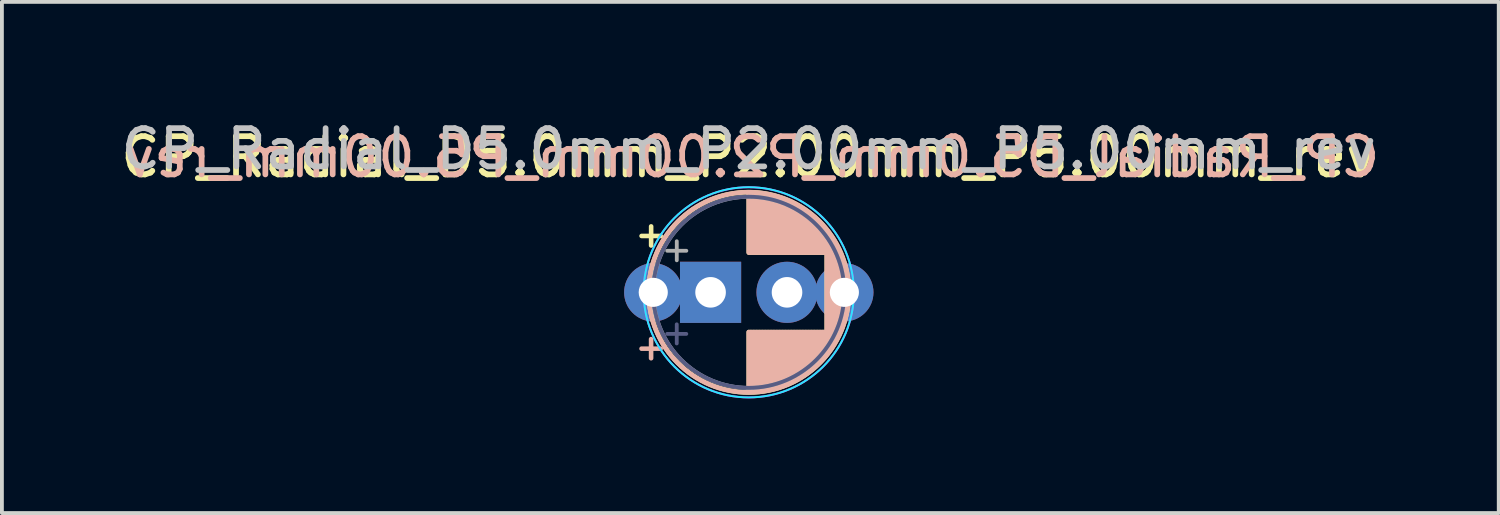
<source format=kicad_pcb>
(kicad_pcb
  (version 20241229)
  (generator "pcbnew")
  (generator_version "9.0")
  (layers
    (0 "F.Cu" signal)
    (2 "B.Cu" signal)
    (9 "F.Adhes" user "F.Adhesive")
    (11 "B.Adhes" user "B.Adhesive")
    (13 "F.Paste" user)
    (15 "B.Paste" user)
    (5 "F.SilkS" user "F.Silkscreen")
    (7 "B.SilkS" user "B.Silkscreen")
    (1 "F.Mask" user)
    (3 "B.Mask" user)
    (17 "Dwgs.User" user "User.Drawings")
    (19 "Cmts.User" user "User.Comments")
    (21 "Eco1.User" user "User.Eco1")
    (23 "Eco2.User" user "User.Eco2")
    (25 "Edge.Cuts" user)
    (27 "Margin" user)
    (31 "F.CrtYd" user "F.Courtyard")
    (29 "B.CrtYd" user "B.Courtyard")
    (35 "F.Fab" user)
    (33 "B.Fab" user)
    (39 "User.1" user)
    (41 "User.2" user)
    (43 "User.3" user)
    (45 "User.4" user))
  (footprint "CP_Radial_D5.0mm_P2.00mm_P5.00mm_rev"
    (layer "F.Cu")
    (at 15.54 4.598)
    (property "Reference" "CP_Radial_D5.0mm_P2.00mm_P5.00mm_rev" (at 1 -3.75 0) (layer "Dwgs.User") (effects (font (size 1 1) (thickness 0.15))))
    (attr through_hole)
    (fp_line (start -1.805 -1.475) (end -1.305 -1.475) (stroke (width 0.12) (type solid)) (layer "F.SilkS"))
    (fp_line (start -1.555 -1.725) (end -1.555 -1.225) (stroke (width 0.12) (type solid)) (layer "F.SilkS"))
    (fp_line (start 1 -2.58) (end 1 -1.04) (stroke (width 0.12) (type solid)) (layer "F.SilkS"))
    (fp_line (start 1 1.04) (end 1 2.58) (stroke (width 0.12) (type solid)) (layer "F.SilkS"))
    (fp_line (start 1.04 -2.58) (end 1.04 -1.04) (stroke (width 0.12) (type solid)) (layer "F.SilkS"))
    (fp_line (start 1.04 1.04) (end 1.04 2.58) (stroke (width 0.12) (type solid)) (layer "F.SilkS"))
    (fp_line (start 1.08 -2.579) (end 1.08 -1.04) (stroke (width 0.12) (type solid)) (layer "F.SilkS"))
    (fp_line (start 1.08 1.04) (end 1.08 2.579) (stroke (width 0.12) (type solid)) (layer "F.SilkS"))
    (fp_line (start 1.12 -2.578) (end 1.12 -1.04) (stroke (width 0.12) (type solid)) (layer "F.SilkS"))
    (fp_line (start 1.12 1.04) (end 1.12 2.578) (stroke (width 0.12) (type solid)) (layer "F.SilkS"))
    (fp_line (start 1.16 -2.576) (end 1.16 -1.04) (stroke (width 0.12) (type solid)) (layer "F.SilkS"))
    (fp_line (start 1.16 1.04) (end 1.16 2.576) (stroke (width 0.12) (type solid)) (layer "F.SilkS"))
    (fp_line (start 1.2 -2.573) (end 1.2 -1.04) (stroke (width 0.12) (type solid)) (layer "F.SilkS"))
    (fp_line (start 1.2 1.04) (end 1.2 2.573) (stroke (width 0.12) (type solid)) (layer "F.SilkS"))
    (fp_line (start 1.24 -2.569) (end 1.24 -1.04) (stroke (width 0.12) (type solid)) (layer "F.SilkS"))
    (fp_line (start 1.24 1.04) (end 1.24 2.569) (stroke (width 0.12) (type solid)) (layer "F.SilkS"))
    (fp_line (start 1.28 -2.565) (end 1.28 -1.04) (stroke (width 0.12) (type solid)) (layer "F.SilkS"))
    (fp_line (start 1.28 1.04) (end 1.28 2.565) (stroke (width 0.12) (type solid)) (layer "F.SilkS"))
    (fp_line (start 1.32 -2.561) (end 1.32 -1.04) (stroke (width 0.12) (type solid)) (layer "F.SilkS"))
    (fp_line (start 1.32 1.04) (end 1.32 2.561) (stroke (width 0.12) (type solid)) (layer "F.SilkS"))
    (fp_line (start 1.36 -2.556) (end 1.36 -1.04) (stroke (width 0.12) (type solid)) (layer "F.SilkS"))
    (fp_line (start 1.36 1.04) (end 1.36 2.556) (stroke (width 0.12) (type solid)) (layer "F.SilkS"))
    (fp_line (start 1.4 -2.55) (end 1.4 -1.04) (stroke (width 0.12) (type solid)) (layer "F.SilkS"))
    (fp_line (start 1.4 1.04) (end 1.4 2.55) (stroke (width 0.12) (type solid)) (layer "F.SilkS"))
    (fp_line (start 1.44 -2.543) (end 1.44 -1.04) (stroke (width 0.12) (type solid)) (layer "F.SilkS"))
    (fp_line (start 1.44 1.04) (end 1.44 2.543) (stroke (width 0.12) (type solid)) (layer "F.SilkS"))
    (fp_line (start 1.48 -2.536) (end 1.48 -1.04) (stroke (width 0.12) (type solid)) (layer "F.SilkS"))
    (fp_line (start 1.48 1.04) (end 1.48 2.536) (stroke (width 0.12) (type solid)) (layer "F.SilkS"))
    (fp_line (start 1.52 -2.528) (end 1.52 -1.04) (stroke (width 0.12) (type solid)) (layer "F.SilkS"))
    (fp_line (start 1.52 1.04) (end 1.52 2.528) (stroke (width 0.12) (type solid)) (layer "F.SilkS"))
    (fp_line (start 1.56 -2.52) (end 1.56 -1.04) (stroke (width 0.12) (type solid)) (layer "F.SilkS"))
    (fp_line (start 1.56 1.04) (end 1.56 2.52) (stroke (width 0.12) (type solid)) (layer "F.SilkS"))
    (fp_line (start 1.6 -2.511) (end 1.6 -1.04) (stroke (width 0.12) (type solid)) (layer "F.SilkS"))
    (fp_line (start 1.6 1.04) (end 1.6 2.511) (stroke (width 0.12) (type solid)) (layer "F.SilkS"))
    (fp_line (start 1.64 -2.501) (end 1.64 -1.04) (stroke (width 0.12) (type solid)) (layer "F.SilkS"))
    (fp_line (start 1.64 1.04) (end 1.64 2.501) (stroke (width 0.12) (type solid)) (layer "F.SilkS"))
    (fp_line (start 1.68 -2.491) (end 1.68 -1.04) (stroke (width 0.12) (type solid)) (layer "F.SilkS"))
    (fp_line (start 1.68 1.04) (end 1.68 2.491) (stroke (width 0.12) (type solid)) (layer "F.SilkS"))
    (fp_line (start 1.721 -2.48) (end 1.721 -1.04) (stroke (width 0.12) (type solid)) (layer "F.SilkS"))
    (fp_line (start 1.721 1.04) (end 1.721 2.48) (stroke (width 0.12) (type solid)) (layer "F.SilkS"))
    (fp_line (start 1.761 -2.468) (end 1.761 -1.04) (stroke (width 0.12) (type solid)) (layer "F.SilkS"))
    (fp_line (start 1.761 1.04) (end 1.761 2.468) (stroke (width 0.12) (type solid)) (layer "F.SilkS"))
    (fp_line (start 1.801 -2.455) (end 1.801 -1.04) (stroke (width 0.12) (type solid)) (layer "F.SilkS"))
    (fp_line (start 1.801 1.04) (end 1.801 2.455) (stroke (width 0.12) (type solid)) (layer "F.SilkS"))
    (fp_line (start 1.841 -2.442) (end 1.841 -1.04) (stroke (width 0.12) (type solid)) (layer "F.SilkS"))
    (fp_line (start 1.841 1.04) (end 1.841 2.442) (stroke (width 0.12) (type solid)) (layer "F.SilkS"))
    (fp_line (start 1.881 -2.428) (end 1.881 -1.04) (stroke (width 0.12) (type solid)) (layer "F.SilkS"))
    (fp_line (start 1.881 1.04) (end 1.881 2.428) (stroke (width 0.12) (type solid)) (layer "F.SilkS"))
    (fp_line (start 1.921 -2.414) (end 1.921 -1.04) (stroke (width 0.12) (type solid)) (layer "F.SilkS"))
    (fp_line (start 1.921 1.04) (end 1.921 2.414) (stroke (width 0.12) (type solid)) (layer "F.SilkS"))
    (fp_line (start 1.961 -2.398) (end 1.961 -1.04) (stroke (width 0.12) (type solid)) (layer "F.SilkS"))
    (fp_line (start 1.961 1.04) (end 1.961 2.398) (stroke (width 0.12) (type solid)) (layer "F.SilkS"))
    (fp_line (start 2.001 -2.382) (end 2.001 -1.04) (stroke (width 0.12) (type solid)) (layer "F.SilkS"))
    (fp_line (start 2.001 1.04) (end 2.001 2.382) (stroke (width 0.12) (type solid)) (layer "F.SilkS"))
    (fp_line (start 2.041 -2.365) (end 2.041 -1.04) (stroke (width 0.12) (type solid)) (layer "F.SilkS"))
    (fp_line (start 2.041 1.04) (end 2.041 2.365) (stroke (width 0.12) (type solid)) (layer "F.SilkS"))
    (fp_line (start 2.081 -2.348) (end 2.081 -1.04) (stroke (width 0.12) (type solid)) (layer "F.SilkS"))
    (fp_line (start 2.081 1.04) (end 2.081 2.348) (stroke (width 0.12) (type solid)) (layer "F.SilkS"))
    (fp_line (start 2.121 -2.329) (end 2.121 -1.04) (stroke (width 0.12) (type solid)) (layer "F.SilkS"))
    (fp_line (start 2.121 1.04) (end 2.121 2.329) (stroke (width 0.12) (type solid)) (layer "F.SilkS"))
    (fp_line (start 2.161 -2.31) (end 2.161 -1.04) (stroke (width 0.12) (type solid)) (layer "F.SilkS"))
    (fp_line (start 2.161 1.04) (end 2.161 2.31) (stroke (width 0.12) (type solid)) (layer "F.SilkS"))
    (fp_line (start 2.201 -2.29) (end 2.201 -1.04) (stroke (width 0.12) (type solid)) (layer "F.SilkS"))
    (fp_line (start 2.201 1.04) (end 2.201 2.29) (stroke (width 0.12) (type solid)) (layer "F.SilkS"))
    (fp_line (start 2.241 -2.268) (end 2.241 -1.04) (stroke (width 0.12) (type solid)) (layer "F.SilkS"))
    (fp_line (start 2.241 1.04) (end 2.241 2.268) (stroke (width 0.12) (type solid)) (layer "F.SilkS"))
    (fp_line (start 2.281 -2.247) (end 2.281 -1.04) (stroke (width 0.12) (type solid)) (layer "F.SilkS"))
    (fp_line (start 2.281 1.04) (end 2.281 2.247) (stroke (width 0.12) (type solid)) (layer "F.SilkS"))
    (fp_line (start 2.321 -2.224) (end 2.321 -1.04) (stroke (width 0.12) (type solid)) (layer "F.SilkS"))
    (fp_line (start 2.321 1.04) (end 2.321 2.224) (stroke (width 0.12) (type solid)) (layer "F.SilkS"))
    (fp_line (start 2.361 -2.2) (end 2.361 -1.04) (stroke (width 0.12) (type solid)) (layer "F.SilkS"))
    (fp_line (start 2.361 1.04) (end 2.361 2.2) (stroke (width 0.12) (type solid)) (layer "F.SilkS"))
    (fp_line (start 2.401 -2.175) (end 2.401 -1.04) (stroke (width 0.12) (type solid)) (layer "F.SilkS"))
    (fp_line (start 2.401 1.04) (end 2.401 2.175) (stroke (width 0.12) (type solid)) (layer "F.SilkS"))
    (fp_line (start 2.441 -2.149) (end 2.441 -1.04) (stroke (width 0.12) (type solid)) (layer "F.SilkS"))
    (fp_line (start 2.441 1.04) (end 2.441 2.149) (stroke (width 0.12) (type solid)) (layer "F.SilkS"))
    (fp_line (start 2.481 -2.122) (end 2.481 -1.04) (stroke (width 0.12) (type solid)) (layer "F.SilkS"))
    (fp_line (start 2.481 1.04) (end 2.481 2.122) (stroke (width 0.12) (type solid)) (layer "F.SilkS"))
    (fp_line (start 2.521 -2.095) (end 2.521 -1.04) (stroke (width 0.12) (type solid)) (layer "F.SilkS"))
    (fp_line (start 2.521 1.04) (end 2.521 2.095) (stroke (width 0.12) (type solid)) (layer "F.SilkS"))
    (fp_line (start 2.561 -2.065) (end 2.561 -1.04) (stroke (width 0.12) (type solid)) (layer "F.SilkS"))
    (fp_line (start 2.561 1.04) (end 2.561 2.065) (stroke (width 0.12) (type solid)) (layer "F.SilkS"))
    (fp_line (start 2.601 -2.035) (end 2.601 -1.04) (stroke (width 0.12) (type solid)) (layer "F.SilkS"))
    (fp_line (start 2.601 1.04) (end 2.601 2.035) (stroke (width 0.12) (type solid)) (layer "F.SilkS"))
    (fp_line (start 2.641 -2.004) (end 2.641 -1.04) (stroke (width 0.12) (type solid)) (layer "F.SilkS"))
    (fp_line (start 2.641 1.04) (end 2.641 2.004) (stroke (width 0.12) (type solid)) (layer "F.SilkS"))
    (fp_line (start 2.681 -1.971) (end 2.681 -1.04) (stroke (width 0.12) (type solid)) (layer "F.SilkS"))
    (fp_line (start 2.681 1.04) (end 2.681 1.971) (stroke (width 0.12) (type solid)) (layer "F.SilkS"))
    (fp_line (start 2.721 -1.937) (end 2.721 -1.04) (stroke (width 0.12) (type solid)) (layer "F.SilkS"))
    (fp_line (start 2.721 1.04) (end 2.721 1.937) (stroke (width 0.12) (type solid)) (layer "F.SilkS"))
    (fp_line (start 2.761 -1.901) (end 2.761 -1.04) (stroke (width 0.12) (type solid)) (layer "F.SilkS"))
    (fp_line (start 2.761 1.04) (end 2.761 1.901) (stroke (width 0.12) (type solid)) (layer "F.SilkS"))
    (fp_line (start 2.801 -1.864) (end 2.801 -1.04) (stroke (width 0.12) (type solid)) (layer "F.SilkS"))
    (fp_line (start 2.801 1.04) (end 2.801 1.864) (stroke (width 0.12) (type solid)) (layer "F.SilkS"))
    (fp_line (start 2.841 -1.826) (end 2.841 -1.04) (stroke (width 0.12) (type solid)) (layer "F.SilkS"))
    (fp_line (start 2.841 1.04) (end 2.841 1.826) (stroke (width 0.12) (type solid)) (layer "F.SilkS"))
    (fp_line (start 2.881 -1.785) (end 2.881 -1.04) (stroke (width 0.12) (type solid)) (layer "F.SilkS"))
    (fp_line (start 2.881 1.04) (end 2.881 1.785) (stroke (width 0.12) (type solid)) (layer "F.SilkS"))
    (fp_line (start 2.921 -1.743) (end 2.921 -1.04) (stroke (width 0.12) (type solid)) (layer "F.SilkS"))
    (fp_line (start 2.921 1.04) (end 2.921 1.743) (stroke (width 0.12) (type solid)) (layer "F.SilkS"))
    (fp_line (start 2.961 -1.699) (end 2.961 -1.04) (stroke (width 0.12) (type solid)) (layer "F.SilkS"))
    (fp_line (start 2.961 1.04) (end 2.961 1.699) (stroke (width 0.12) (type solid)) (layer "F.SilkS"))
    (fp_line (start 3.001 -1.653) (end 3.001 -1.04) (stroke (width 0.12) (type solid)) (layer "F.SilkS"))
    (fp_line (start 3.001 1.04) (end 3.001 1.653) (stroke (width 0.12) (type solid)) (layer "F.SilkS"))
    (fp_line (start 3.041 -1.605) (end 3.041 1.605) (stroke (width 0.12) (type solid)) (layer "F.SilkS"))
    (fp_line (start 3.081 -1.554) (end 3.081 1.554) (stroke (width 0.12) (type solid)) (layer "F.SilkS"))
    (fp_line (start 3.121 -1.5) (end 3.121 1.5) (stroke (width 0.12) (type solid)) (layer "F.SilkS"))
    (fp_line (start 3.161 -1.443) (end 3.161 1.443) (stroke (width 0.12) (type solid)) (layer "F.SilkS"))
    (fp_line (start 3.201 -1.383) (end 3.201 1.383) (stroke (width 0.12) (type solid)) (layer "F.SilkS"))
    (fp_line (start 3.241 -1.319) (end 3.241 1.319) (stroke (width 0.12) (type solid)) (layer "F.SilkS"))
    (fp_line (start 3.281 -1.251) (end 3.281 1.251) (stroke (width 0.12) (type solid)) (layer "F.SilkS"))
    (fp_line (start 3.321 -1.178) (end 3.321 1.178) (stroke (width 0.12) (type solid)) (layer "F.SilkS"))
    (fp_line (start 3.361 -1.098) (end 3.361 1.098) (stroke (width 0.12) (type solid)) (layer "F.SilkS"))
    (fp_line (start 3.401 -1.011) (end 3.401 1.011) (stroke (width 0.12) (type solid)) (layer "F.SilkS"))
    (fp_line (start 3.441 -0.915) (end 3.441 0.915) (stroke (width 0.12) (type solid)) (layer "F.SilkS"))
    (fp_line (start 3.481 -0.805) (end 3.481 0.805) (stroke (width 0.12) (type solid)) (layer "F.SilkS"))
    (fp_line (start 3.521 -0.677) (end 3.521 0.677) (stroke (width 0.12) (type solid)) (layer "F.SilkS"))
    (fp_line (start 3.561 -0.518) (end 3.561 0.518) (stroke (width 0.12) (type solid)) (layer "F.SilkS"))
    (fp_line (start 3.601 -0.284) (end 3.601 0.284) (stroke (width 0.12) (type solid)) (layer "F.SilkS"))
    (fp_circle (center 1 0) (end 3.62 0) (stroke (width 0.12) (type solid)) (fill no) (layer "F.SilkS"))
    (fp_line (start -1.806 1.474) (end -1.306 1.474) (stroke (width 0.12) (type solid)) (layer "B.SilkS"))
    (fp_line (start -1.556 1.724) (end -1.556 1.224) (stroke (width 0.12) (type solid)) (layer "B.SilkS"))
    (fp_line (start 0.999 -1.041) (end 0.999 -2.581) (stroke (width 0.12) (type solid)) (layer "B.SilkS"))
    (fp_line (start 0.999 2.579) (end 0.999 1.039) (stroke (width 0.12) (type solid)) (layer "B.SilkS"))
    (fp_line (start 1.039 -1.041) (end 1.039 -2.581) (stroke (width 0.12) (type solid)) (layer "B.SilkS"))
    (fp_line (start 1.039 2.579) (end 1.039 1.039) (stroke (width 0.12) (type solid)) (layer "B.SilkS"))
    (fp_line (start 1.079 -1.041) (end 1.079 -2.58) (stroke (width 0.12) (type solid)) (layer "B.SilkS"))
    (fp_line (start 1.079 2.578) (end 1.079 1.039) (stroke (width 0.12) (type solid)) (layer "B.SilkS"))
    (fp_line (start 1.119 -1.041) (end 1.119 -2.579) (stroke (width 0.12) (type solid)) (layer "B.SilkS"))
    (fp_line (start 1.119 2.577) (end 1.119 1.039) (stroke (width 0.12) (type solid)) (layer "B.SilkS"))
    (fp_line (start 1.159 -1.041) (end 1.159 -2.577) (stroke (width 0.12) (type solid)) (layer "B.SilkS"))
    (fp_line (start 1.159 2.575) (end 1.159 1.039) (stroke (width 0.12) (type solid)) (layer "B.SilkS"))
    (fp_line (start 1.199 -1.041) (end 1.199 -2.574) (stroke (width 0.12) (type solid)) (layer "B.SilkS"))
    (fp_line (start 1.199 2.572) (end 1.199 1.039) (stroke (width 0.12) (type solid)) (layer "B.SilkS"))
    (fp_line (start 1.239 -1.041) (end 1.239 -2.57) (stroke (width 0.12) (type solid)) (layer "B.SilkS"))
    (fp_line (start 1.239 2.568) (end 1.239 1.039) (stroke (width 0.12) (type solid)) (layer "B.SilkS"))
    (fp_line (start 1.279 -1.041) (end 1.279 -2.566) (stroke (width 0.12) (type solid)) (layer "B.SilkS"))
    (fp_line (start 1.279 2.564) (end 1.279 1.039) (stroke (width 0.12) (type solid)) (layer "B.SilkS"))
    (fp_line (start 1.319 -1.041) (end 1.319 -2.562) (stroke (width 0.12) (type solid)) (layer "B.SilkS"))
    (fp_line (start 1.319 2.56) (end 1.319 1.039) (stroke (width 0.12) (type solid)) (layer "B.SilkS"))
    (fp_line (start 1.359 -1.041) (end 1.359 -2.557) (stroke (width 0.12) (type solid)) (layer "B.SilkS"))
    (fp_line (start 1.359 2.555) (end 1.359 1.039) (stroke (width 0.12) (type solid)) (layer "B.SilkS"))
    (fp_line (start 1.399 -1.041) (end 1.399 -2.551) (stroke (width 0.12) (type solid)) (layer "B.SilkS"))
    (fp_line (start 1.399 2.549) (end 1.399 1.039) (stroke (width 0.12) (type solid)) (layer "B.SilkS"))
    (fp_line (start 1.439 -1.041) (end 1.439 -2.544) (stroke (width 0.12) (type solid)) (layer "B.SilkS"))
    (fp_line (start 1.439 2.542) (end 1.439 1.039) (stroke (width 0.12) (type solid)) (layer "B.SilkS"))
    (fp_line (start 1.479 -1.041) (end 1.479 -2.537) (stroke (width 0.12) (type solid)) (layer "B.SilkS"))
    (fp_line (start 1.479 2.535) (end 1.479 1.039) (stroke (width 0.12) (type solid)) (layer "B.SilkS"))
    (fp_line (start 1.519 -1.041) (end 1.519 -2.529) (stroke (width 0.12) (type solid)) (layer "B.SilkS"))
    (fp_line (start 1.519 2.527) (end 1.519 1.039) (stroke (width 0.12) (type solid)) (layer "B.SilkS"))
    (fp_line (start 1.559 -1.041) (end 1.559 -2.521) (stroke (width 0.12) (type solid)) (layer "B.SilkS"))
    (fp_line (start 1.559 2.519) (end 1.559 1.039) (stroke (width 0.12) (type solid)) (layer "B.SilkS"))
    (fp_line (start 1.599 -1.041) (end 1.599 -2.512) (stroke (width 0.12) (type solid)) (layer "B.SilkS"))
    (fp_line (start 1.599 2.51) (end 1.599 1.039) (stroke (width 0.12) (type solid)) (layer "B.SilkS"))
    (fp_line (start 1.639 -1.041) (end 1.639 -2.502) (stroke (width 0.12) (type solid)) (layer "B.SilkS"))
    (fp_line (start 1.639 2.5) (end 1.639 1.039) (stroke (width 0.12) (type solid)) (layer "B.SilkS"))
    (fp_line (start 1.679 -1.041) (end 1.679 -2.492) (stroke (width 0.12) (type solid)) (layer "B.SilkS"))
    (fp_line (start 1.679 2.49) (end 1.679 1.039) (stroke (width 0.12) (type solid)) (layer "B.SilkS"))
    (fp_line (start 1.72 -1.041) (end 1.72 -2.481) (stroke (width 0.12) (type solid)) (layer "B.SilkS"))
    (fp_line (start 1.72 2.479) (end 1.72 1.039) (stroke (width 0.12) (type solid)) (layer "B.SilkS"))
    (fp_line (start 1.76 -1.041) (end 1.76 -2.469) (stroke (width 0.12) (type solid)) (layer "B.SilkS"))
    (fp_line (start 1.76 2.467) (end 1.76 1.039) (stroke (width 0.12) (type solid)) (layer "B.SilkS"))
    (fp_line (start 1.8 -1.041) (end 1.8 -2.456) (stroke (width 0.12) (type solid)) (layer "B.SilkS"))
    (fp_line (start 1.8 2.454) (end 1.8 1.039) (stroke (width 0.12) (type solid)) (layer "B.SilkS"))
    (fp_line (start 1.84 -1.041) (end 1.84 -2.443) (stroke (width 0.12) (type solid)) (layer "B.SilkS"))
    (fp_line (start 1.84 2.441) (end 1.84 1.039) (stroke (width 0.12) (type solid)) (layer "B.SilkS"))
    (fp_line (start 1.88 -1.041) (end 1.88 -2.429) (stroke (width 0.12) (type solid)) (layer "B.SilkS"))
    (fp_line (start 1.88 2.427) (end 1.88 1.039) (stroke (width 0.12) (type solid)) (layer "B.SilkS"))
    (fp_line (start 1.92 -1.041) (end 1.92 -2.415) (stroke (width 0.12) (type solid)) (layer "B.SilkS"))
    (fp_line (start 1.92 2.413) (end 1.92 1.039) (stroke (width 0.12) (type solid)) (layer "B.SilkS"))
    (fp_line (start 1.96 -1.041) (end 1.96 -2.399) (stroke (width 0.12) (type solid)) (layer "B.SilkS"))
    (fp_line (start 1.96 2.397) (end 1.96 1.039) (stroke (width 0.12) (type solid)) (layer "B.SilkS"))
    (fp_line (start 2 -1.041) (end 2 -2.383) (stroke (width 0.12) (type solid)) (layer "B.SilkS"))
    (fp_line (start 2 2.381) (end 2 1.039) (stroke (width 0.12) (type solid)) (layer "B.SilkS"))
    (fp_line (start 2.04 -1.041) (end 2.04 -2.366) (stroke (width 0.12) (type solid)) (layer "B.SilkS"))
    (fp_line (start 2.04 2.364) (end 2.04 1.039) (stroke (width 0.12) (type solid)) (layer "B.SilkS"))
    (fp_line (start 2.08 -1.041) (end 2.08 -2.349) (stroke (width 0.12) (type solid)) (layer "B.SilkS"))
    (fp_line (start 2.08 2.347) (end 2.08 1.039) (stroke (width 0.12) (type solid)) (layer "B.SilkS"))
    (fp_line (start 2.12 -1.041) (end 2.12 -2.33) (stroke (width 0.12) (type solid)) (layer "B.SilkS"))
    (fp_line (start 2.12 2.328) (end 2.12 1.039) (stroke (width 0.12) (type solid)) (layer "B.SilkS"))
    (fp_line (start 2.16 -1.041) (end 2.16 -2.311) (stroke (width 0.12) (type solid)) (layer "B.SilkS"))
    (fp_line (start 2.16 2.309) (end 2.16 1.039) (stroke (width 0.12) (type solid)) (layer "B.SilkS"))
    (fp_line (start 2.2 -1.041) (end 2.2 -2.291) (stroke (width 0.12) (type solid)) (layer "B.SilkS"))
    (fp_line (start 2.2 2.289) (end 2.2 1.039) (stroke (width 0.12) (type solid)) (layer "B.SilkS"))
    (fp_line (start 2.24 -1.041) (end 2.24 -2.269) (stroke (width 0.12) (type solid)) (layer "B.SilkS"))
    (fp_line (start 2.24 2.267) (end 2.24 1.039) (stroke (width 0.12) (type solid)) (layer "B.SilkS"))
    (fp_line (start 2.28 -1.041) (end 2.28 -2.248) (stroke (width 0.12) (type solid)) (layer "B.SilkS"))
    (fp_line (start 2.28 2.246) (end 2.28 1.039) (stroke (width 0.12) (type solid)) (layer "B.SilkS"))
    (fp_line (start 2.32 -1.041) (end 2.32 -2.225) (stroke (width 0.12) (type solid)) (layer "B.SilkS"))
    (fp_line (start 2.32 2.223) (end 2.32 1.039) (stroke (width 0.12) (type solid)) (layer "B.SilkS"))
    (fp_line (start 2.36 -1.041) (end 2.36 -2.201) (stroke (width 0.12) (type solid)) (layer "B.SilkS"))
    (fp_line (start 2.36 2.199) (end 2.36 1.039) (stroke (width 0.12) (type solid)) (layer "B.SilkS"))
    (fp_line (start 2.4 -1.041) (end 2.4 -2.176) (stroke (width 0.12) (type solid)) (layer "B.SilkS"))
    (fp_line (start 2.4 2.174) (end 2.4 1.039) (stroke (width 0.12) (type solid)) (layer "B.SilkS"))
    (fp_line (start 2.44 -1.041) (end 2.44 -2.15) (stroke (width 0.12) (type solid)) (layer "B.SilkS"))
    (fp_line (start 2.44 2.148) (end 2.44 1.039) (stroke (width 0.12) (type solid)) (layer "B.SilkS"))
    (fp_line (start 2.48 -1.041) (end 2.48 -2.123) (stroke (width 0.12) (type solid)) (layer "B.SilkS"))
    (fp_line (start 2.48 2.121) (end 2.48 1.039) (stroke (width 0.12) (type solid)) (layer "B.SilkS"))
    (fp_line (start 2.52 -1.041) (end 2.52 -2.096) (stroke (width 0.12) (type solid)) (layer "B.SilkS"))
    (fp_line (start 2.52 2.094) (end 2.52 1.039) (stroke (width 0.12) (type solid)) (layer "B.SilkS"))
    (fp_line (start 2.56 -1.041) (end 2.56 -2.066) (stroke (width 0.12) (type solid)) (layer "B.SilkS"))
    (fp_line (start 2.56 2.064) (end 2.56 1.039) (stroke (width 0.12) (type solid)) (layer "B.SilkS"))
    (fp_line (start 2.6 -1.041) (end 2.6 -2.036) (stroke (width 0.12) (type solid)) (layer "B.SilkS"))
    (fp_line (start 2.6 2.034) (end 2.6 1.039) (stroke (width 0.12) (type solid)) (layer "B.SilkS"))
    (fp_line (start 2.64 -1.041) (end 2.64 -2.005) (stroke (width 0.12) (type solid)) (layer "B.SilkS"))
    (fp_line (start 2.64 2.003) (end 2.64 1.039) (stroke (width 0.12) (type solid)) (layer "B.SilkS"))
    (fp_line (start 2.68 -1.041) (end 2.68 -1.972) (stroke (width 0.12) (type solid)) (layer "B.SilkS"))
    (fp_line (start 2.68 1.97) (end 2.68 1.039) (stroke (width 0.12) (type solid)) (layer "B.SilkS"))
    (fp_line (start 2.72 -1.041) (end 2.72 -1.938) (stroke (width 0.12) (type solid)) (layer "B.SilkS"))
    (fp_line (start 2.72 1.936) (end 2.72 1.039) (stroke (width 0.12) (type solid)) (layer "B.SilkS"))
    (fp_line (start 2.76 -1.041) (end 2.76 -1.902) (stroke (width 0.12) (type solid)) (layer "B.SilkS"))
    (fp_line (start 2.76 1.9) (end 2.76 1.039) (stroke (width 0.12) (type solid)) (layer "B.SilkS"))
    (fp_line (start 2.8 -1.041) (end 2.8 -1.865) (stroke (width 0.12) (type solid)) (layer "B.SilkS"))
    (fp_line (start 2.8 1.863) (end 2.8 1.039) (stroke (width 0.12) (type solid)) (layer "B.SilkS"))
    (fp_line (start 2.84 -1.041) (end 2.84 -1.827) (stroke (width 0.12) (type solid)) (layer "B.SilkS"))
    (fp_line (start 2.84 1.825) (end 2.84 1.039) (stroke (width 0.12) (type solid)) (layer "B.SilkS"))
    (fp_line (start 2.88 -1.041) (end 2.88 -1.786) (stroke (width 0.12) (type solid)) (layer "B.SilkS"))
    (fp_line (start 2.88 1.784) (end 2.88 1.039) (stroke (width 0.12) (type solid)) (layer "B.SilkS"))
    (fp_line (start 2.92 -1.041) (end 2.92 -1.744) (stroke (width 0.12) (type solid)) (layer "B.SilkS"))
    (fp_line (start 2.92 1.742) (end 2.92 1.039) (stroke (width 0.12) (type solid)) (layer "B.SilkS"))
    (fp_line (start 2.96 -1.041) (end 2.96 -1.7) (stroke (width 0.12) (type solid)) (layer "B.SilkS"))
    (fp_line (start 2.96 1.698) (end 2.96 1.039) (stroke (width 0.12) (type solid)) (layer "B.SilkS"))
    (fp_line (start 3 -1.041) (end 3 -1.654) (stroke (width 0.12) (type solid)) (layer "B.SilkS"))
    (fp_line (start 3 1.652) (end 3 1.039) (stroke (width 0.12) (type solid)) (layer "B.SilkS"))
    (fp_line (start 3.04 1.604) (end 3.04 -1.606) (stroke (width 0.12) (type solid)) (layer "B.SilkS"))
    (fp_line (start 3.08 1.553) (end 3.08 -1.555) (stroke (width 0.12) (type solid)) (layer "B.SilkS"))
    (fp_line (start 3.12 1.499) (end 3.12 -1.501) (stroke (width 0.12) (type solid)) (layer "B.SilkS"))
    (fp_line (start 3.16 1.442) (end 3.16 -1.444) (stroke (width 0.12) (type solid)) (layer "B.SilkS"))
    (fp_line (start 3.2 1.382) (end 3.2 -1.384) (stroke (width 0.12) (type solid)) (layer "B.SilkS"))
    (fp_line (start 3.24 1.318) (end 3.24 -1.32) (stroke (width 0.12) (type solid)) (layer "B.SilkS"))
    (fp_line (start 3.28 1.25) (end 3.28 -1.252) (stroke (width 0.12) (type solid)) (layer "B.SilkS"))
    (fp_line (start 3.32 1.177) (end 3.32 -1.179) (stroke (width 0.12) (type solid)) (layer "B.SilkS"))
    (fp_line (start 3.36 1.097) (end 3.36 -1.099) (stroke (width 0.12) (type solid)) (layer "B.SilkS"))
    (fp_line (start 3.4 1.01) (end 3.4 -1.012) (stroke (width 0.12) (type solid)) (layer "B.SilkS"))
    (fp_line (start 3.44 0.914) (end 3.44 -0.916) (stroke (width 0.12) (type solid)) (layer "B.SilkS"))
    (fp_line (start 3.48 0.804) (end 3.48 -0.806) (stroke (width 0.12) (type solid)) (layer "B.SilkS"))
    (fp_line (start 3.52 0.676) (end 3.52 -0.678) (stroke (width 0.12) (type solid)) (layer "B.SilkS"))
    (fp_line (start 3.56 0.517) (end 3.56 -0.519) (stroke (width 0.12) (type solid)) (layer "B.SilkS"))
    (fp_line (start 3.6 0.283) (end 3.6 -0.285) (stroke (width 0.12) (type solid)) (layer "B.SilkS"))
    (fp_circle (center 0.999 -0.001) (end 3.619 -0.001) (stroke (width 0.12) (type solid)) (fill no) (layer "B.SilkS"))
    (fp_circle (center 0.999 -0.001) (end 3.749 -0.001) (stroke (width 0.05) (type solid)) (fill no) (layer "B.CrtYd"))
    (fp_circle (center 1 0) (end 3.75 0) (stroke (width 0.05) (type solid)) (fill no) (layer "F.CrtYd"))
    (fp_line (start -1.135 1.087) (end -0.635 1.087) (stroke (width 0.1) (type solid)) (layer "B.Fab"))
    (fp_line (start -0.885 1.337) (end -0.885 0.837) (stroke (width 0.1) (type solid)) (layer "B.Fab"))
    (fp_circle (center 0.999 -0.001) (end 3.499 -0.001) (stroke (width 0.1) (type solid)) (fill no) (layer "B.Fab"))
    (fp_line (start -1.134 -1.087) (end -0.634 -1.087) (stroke (width 0.1) (type solid)) (layer "F.Fab"))
    (fp_line (start -0.884 -1.337) (end -0.884 -0.838) (stroke (width 0.1) (type solid)) (layer "F.Fab"))
    (fp_circle (center 1 0) (end 3.5 0) (stroke (width 0.1) (type solid)) (fill no) (layer "F.Fab"))
    (fp_text user "${REFERENCE}" (at 0.99 -3.54 0) (layer "F.SilkS") (effects (font (size 1 1) (thickness 0.15))))
    (fp_text user "${REFERENCE}" (at 1.09 -3.54 180) (layer "B.SilkS") (effects (font (size 1 1) (thickness 0.15)) (justify mirror)))
    (pad "1" thru_hole circle (at -1.5 0) (size 1.524 1.524) (drill 0.762) (layers "*.Cu" "*.Mask"))
    (pad "1" thru_hole rect (at 0 0) (size 1.6 1.6) (drill 0.8) (layers "*.Cu" "*.Mask"))
    (pad "2" thru_hole circle (at 2 0) (size 1.6 1.6) (drill 0.8) (layers "*.Cu" "*.Mask"))
    (pad "2" thru_hole circle (at 3.5 0) (size 1.524 1.524) (drill 0.762) (layers "*.Cu" "*.Mask")))
  (gr_rect
    (start -3 -3)
    (end 36.16 10.373)
    (stroke (width 0.1) (type default))
    (fill no)
    (layer "Edge.Cuts")))
</source>
